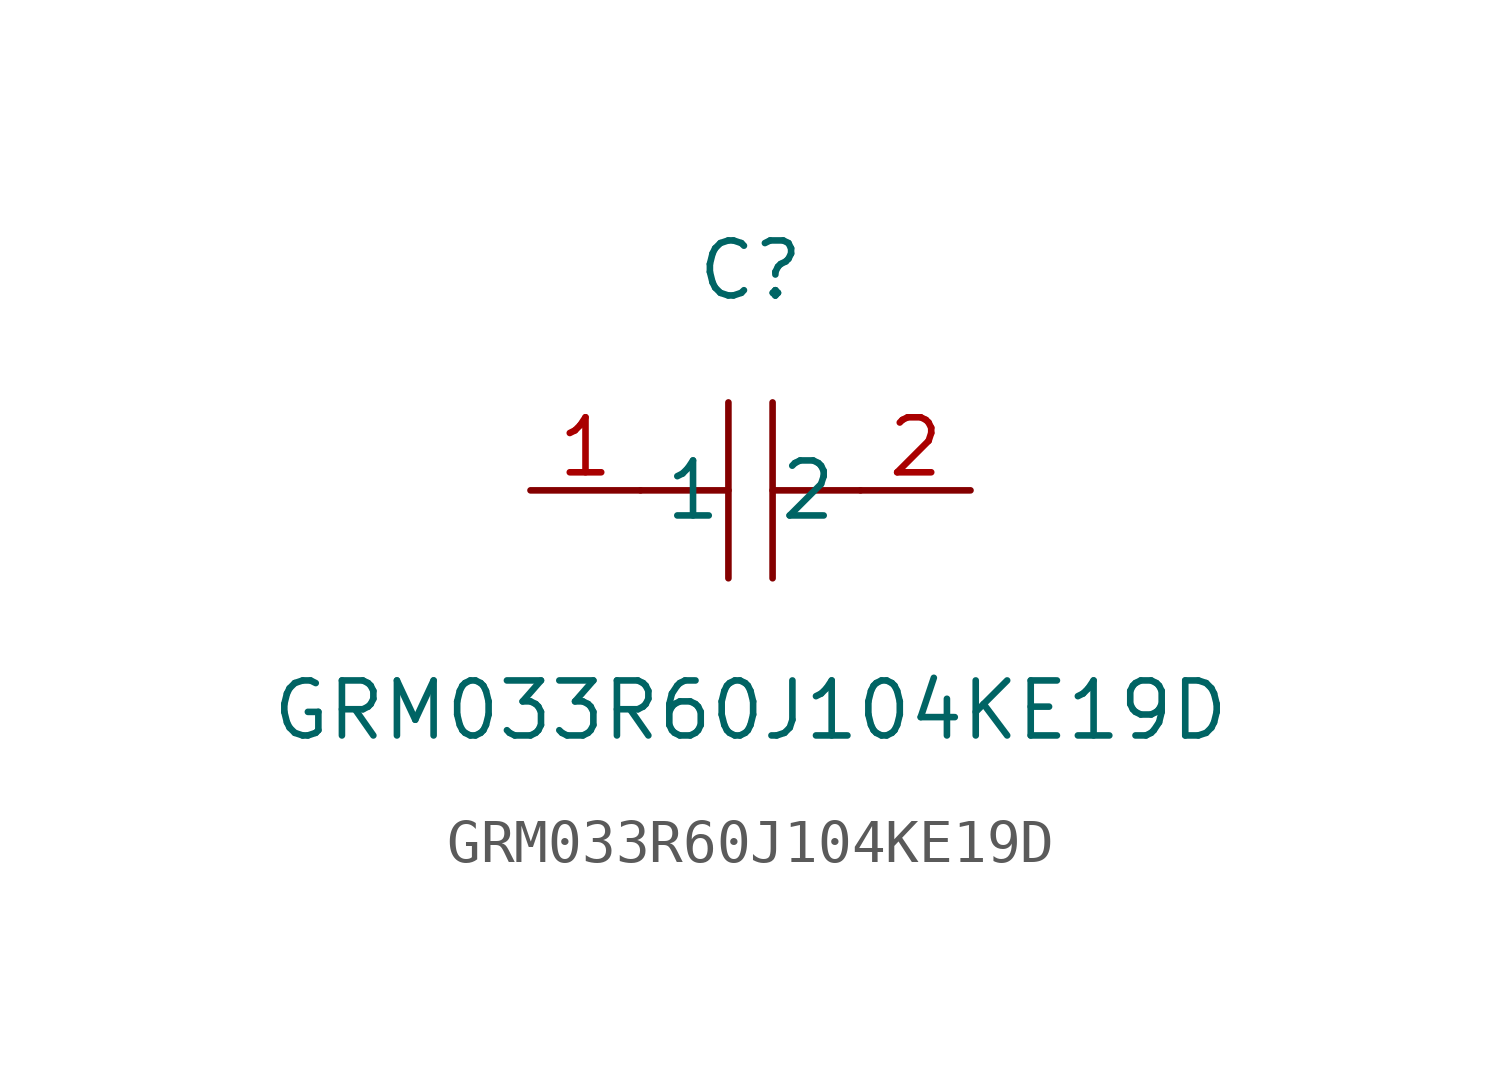
<source format=kicad_sym>
(kicad_symbol_lib
  (version 1)
  (generator "faebryk")
  (symbol "GRM033R60J104KE19D"
    (property "Reference" "C"
      (at 0 5.08 0)
      (effects (font (size 1.27 1.27)) (hide no)))
    (property "Value" "GRM033R60J104KE19D"
      (at 0 -5.08 0)
      (effects (font (size 1.27 1.27)) (hide no)))
    (symbol "GRM033R60J104KE19D_0_1"
      (polyline (stroke (width 0) (type default) (color 0 0 0 0)) (fill (type none)) (pts (xy -0.51 -2.03) (xy -0.51 2.03)))
      (polyline (stroke (width 0) (type default) (color 0 0 0 0)) (fill (type none)) (pts (xy 2.54 0) (xy 0.51 0)))
      (polyline (stroke (width 0) (type default) (color 0 0 0 0)) (fill (type none)) (pts (xy 0.51 2.03) (xy 0.51 -2.03)))
      (polyline (stroke (width 0) (type default) (color 0 0 0 0)) (fill (type none)) (pts (xy -0.51 0) (xy -2.54 0)))
      (pin unspecified line (at -5.08 0 0) (length 2.54) (name "1" (effects (font (size 1.27 1.27)) (hide no))) (number "1" (effects (font (size 1.27 1.27)) (hide no))))
      (pin unspecified line (at 5.08 0 180) (length 2.54) (name "2" (effects (font (size 1.27 1.27)) (hide no))) (number "2" (effects (font (size 1.27 1.27)) (hide no)))))))
</source>
